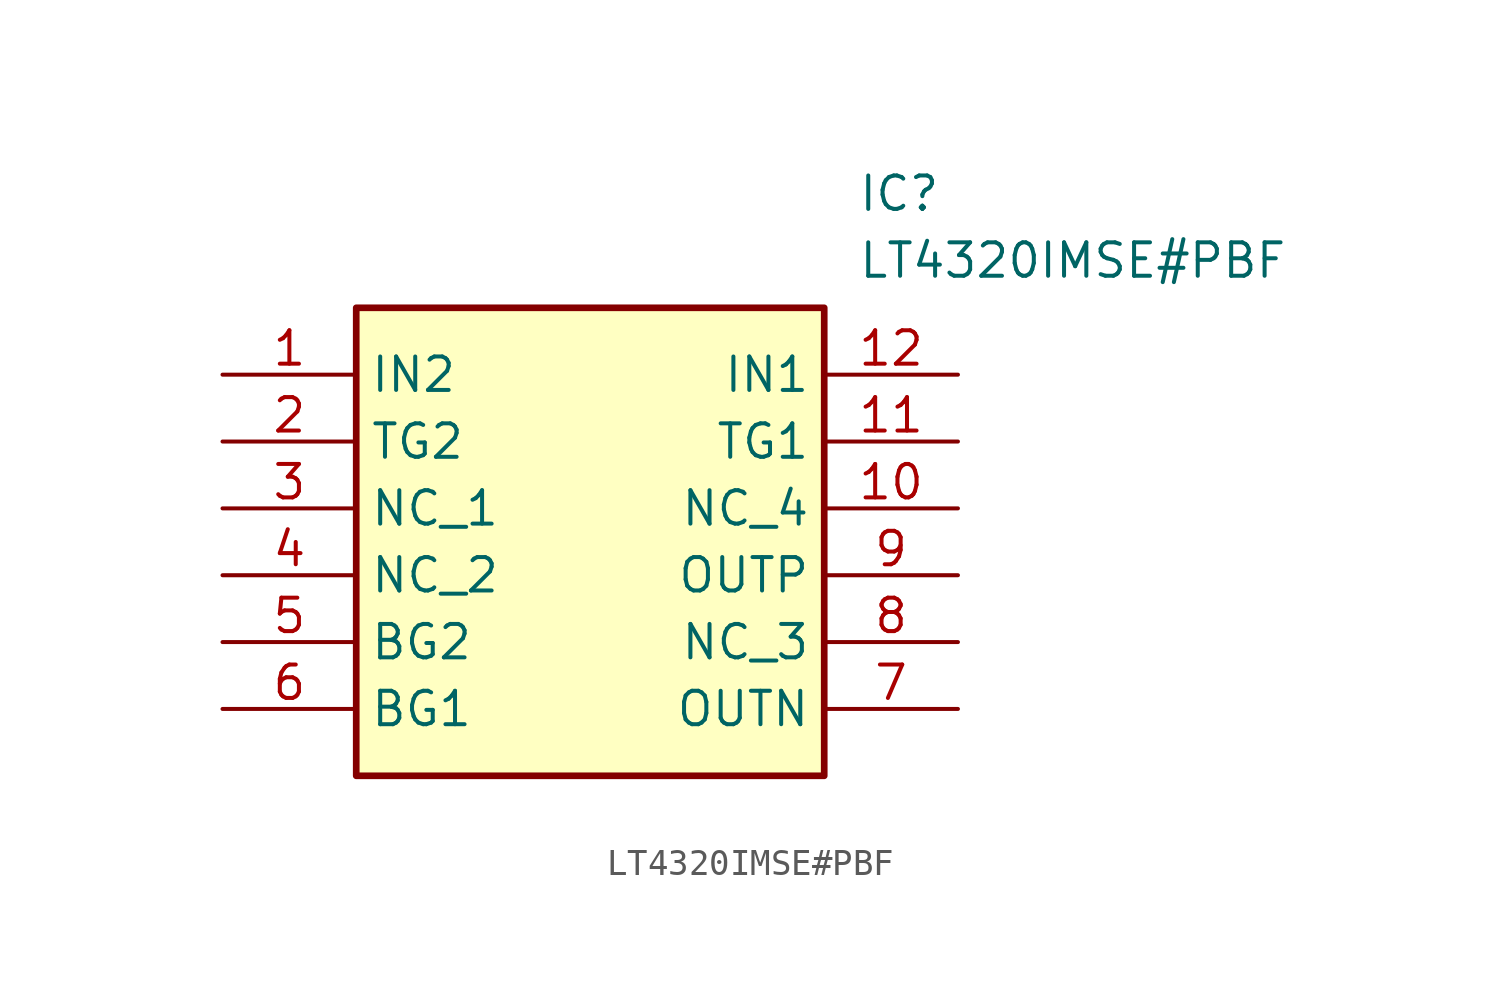
<source format=kicad_sym>
(kicad_symbol_lib
  (version 20211014)
  (generator SamacSys_ECAD_Model)
  (symbol "LT4320IMSE#PBF"
    (property "Reference" "IC"
      (at 24.13 7.62 0)
      (effects (font (size 1.27 1.27)) (justify left top)))
    (property "Value" "LT4320IMSE#PBF"
      (at 24.13 5.08 0)
      (effects (font (size 1.27 1.27)) (justify left top)))
    (rectangle
      (start 5.08 2.54)
      (end 22.86 -15.24)
      (stroke (width 0.254) (type default))
      (fill (type background)))
    (pin input line
      (at 0 0 0)
      (length 5.08)
      (name "IN2" (effects (font (size 1.27 1.27))))
      (number "1" (effects (font (size 1.27 1.27)))))
    (pin bidirectional line
      (at 0 -2.54 0)
      (length 5.08)
      (name "TG2" (effects (font (size 1.27 1.27))))
      (number "2" (effects (font (size 1.27 1.27)))))
    (pin passive line
      (at 0 -5.08 0)
      (length 5.08)
      (name "NC_1" (effects (font (size 1.27 1.27))))
      (number "3" (effects (font (size 1.27 1.27)))))
    (pin passive line
      (at 0 -7.62 0)
      (length 5.08)
      (name "NC_2" (effects (font (size 1.27 1.27))))
      (number "4" (effects (font (size 1.27 1.27)))))
    (pin bidirectional line
      (at 0 -10.16 0)
      (length 5.08)
      (name "BG2" (effects (font (size 1.27 1.27))))
      (number "5" (effects (font (size 1.27 1.27)))))
    (pin bidirectional line
      (at 0 -12.7 0)
      (length 5.08)
      (name "BG1" (effects (font (size 1.27 1.27))))
      (number "6" (effects (font (size 1.27 1.27)))))
    (pin input line
      (at 27.94 0 180)
      (length 5.08)
      (name "IN1" (effects (font (size 1.27 1.27))))
      (number "12" (effects (font (size 1.27 1.27)))))
    (pin bidirectional line
      (at 27.94 -2.54 180)
      (length 5.08)
      (name "TG1" (effects (font (size 1.27 1.27))))
      (number "11" (effects (font (size 1.27 1.27)))))
    (pin passive line
      (at 27.94 -5.08 180)
      (length 5.08)
      (name "NC_4" (effects (font (size 1.27 1.27))))
      (number "10" (effects (font (size 1.27 1.27)))))
    (pin output line
      (at 27.94 -7.62 180)
      (length 5.08)
      (name "OUTP" (effects (font (size 1.27 1.27))))
      (number "9" (effects (font (size 1.27 1.27)))))
    (pin passive line
      (at 27.94 -10.16 180)
      (length 5.08)
      (name "NC_3" (effects (font (size 1.27 1.27))))
      (number "8" (effects (font (size 1.27 1.27)))))
    (pin output line
      (at 27.94 -12.7 180)
      (length 5.08)
      (name "OUTN" (effects (font (size 1.27 1.27))))
      (number "7" (effects (font (size 1.27 1.27)))))))
</source>
